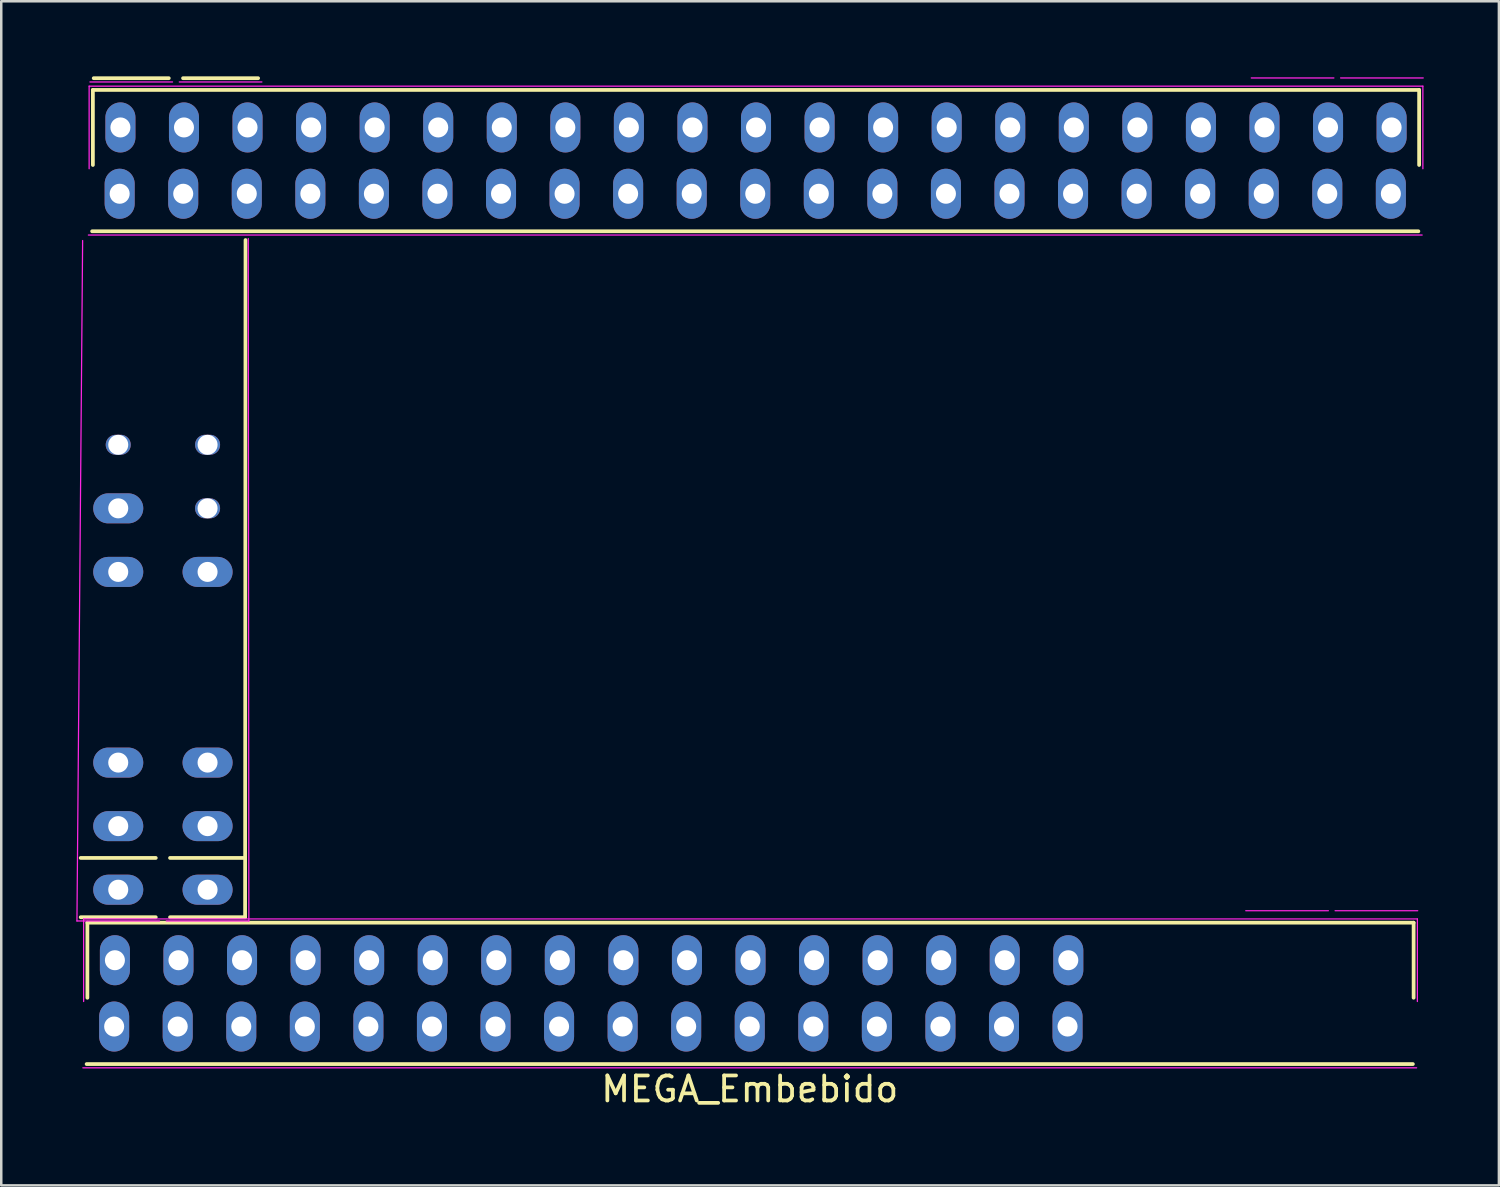
<source format=kicad_pcb>
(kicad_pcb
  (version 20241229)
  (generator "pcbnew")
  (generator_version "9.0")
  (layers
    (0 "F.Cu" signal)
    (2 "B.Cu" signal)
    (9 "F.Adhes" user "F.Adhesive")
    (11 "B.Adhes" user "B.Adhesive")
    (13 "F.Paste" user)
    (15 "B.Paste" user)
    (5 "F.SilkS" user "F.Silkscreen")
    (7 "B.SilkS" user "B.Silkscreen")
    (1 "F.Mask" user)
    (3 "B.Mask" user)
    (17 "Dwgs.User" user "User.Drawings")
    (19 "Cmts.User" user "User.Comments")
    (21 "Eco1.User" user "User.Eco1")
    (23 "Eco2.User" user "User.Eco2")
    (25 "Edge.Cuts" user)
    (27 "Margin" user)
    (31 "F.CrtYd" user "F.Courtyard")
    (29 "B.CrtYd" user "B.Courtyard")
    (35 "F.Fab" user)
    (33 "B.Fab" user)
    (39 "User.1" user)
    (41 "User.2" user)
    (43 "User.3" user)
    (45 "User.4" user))
  (footprint "MEGA_Embebido"
    (layer "F.Cu")
    (at 26.882 38.913)
    (property "Reference" "MEGA_Embebido" (at 0.03 1.56 0) (layer "F.SilkS") (effects (font (size 1 1) (thickness 0.15))))
    (attr through_hole)
    (fp_line (start -26.707 -7.678) (end -23.707 -7.678) (stroke (width 0.15) (type solid)) (layer "F.SilkS"))
    (fp_line (start -26.44 -5.09) (end 26.56 -5.09) (stroke (width 0.15) (type solid)) (layer "F.SilkS"))
    (fp_line (start -26.44 -2.09) (end -26.44 -5.09) (stroke (width 0.15) (type solid)) (layer "F.SilkS"))
    (fp_line (start -26.22 -38.37) (end 26.78 -38.37) (stroke (width 0.15) (type solid)) (layer "F.SilkS"))
    (fp_line (start -26.22 -35.37) (end -26.22 -38.37) (stroke (width 0.15) (type solid)) (layer "F.SilkS"))
    (fp_line (start -23.707 -5.308) (end -26.707 -5.308) (stroke (width 0.15) (type solid)) (layer "F.SilkS"))
    (fp_line (start -23.187 -38.838) (end -26.187 -38.838) (stroke (width 0.15) (type solid)) (layer "F.SilkS"))
    (fp_line (start -23.137 -7.678) (end -20.137 -7.678) (stroke (width 0.15) (type solid)) (layer "F.SilkS"))
    (fp_line (start -20.137 -5.308) (end -23.137 -5.308) (stroke (width 0.15) (type solid)) (layer "F.SilkS"))
    (fp_line (start -20.12 -32.37) (end -20.137 -5.308) (stroke (width 0.15) (type solid)) (layer "F.SilkS"))
    (fp_line (start -19.617 -38.838) (end -22.617 -38.838) (stroke (width 0.15) (type solid)) (layer "F.SilkS"))
    (fp_line (start 26.53 0.56) (end -26.47 0.56) (stroke (width 0.15) (type solid)) (layer "F.SilkS"))
    (fp_line (start 26.56 -5.09) (end 26.56 -2.09) (stroke (width 0.15) (type solid)) (layer "F.SilkS"))
    (fp_line (start 26.75 -32.72) (end -26.25 -32.72) (stroke (width 0.15) (type solid)) (layer "F.SilkS"))
    (fp_line (start 26.78 -38.37) (end 26.78 -35.37) (stroke (width 0.15) (type solid)) (layer "F.SilkS"))
    (fp_line (start -26.857 -5.158) (end -26.63 -32.35) (stroke (width 0.05) (type solid)) (layer "F.CrtYd"))
    (fp_line (start -26.59 -5.24) (end 26.71 -5.24) (stroke (width 0.05) (type solid)) (layer "F.CrtYd"))
    (fp_line (start -26.59 -1.94) (end -26.59 -5.24) (stroke (width 0.05) (type solid)) (layer "F.CrtYd"))
    (fp_line (start -26.37 -38.52) (end 26.93 -38.52) (stroke (width 0.05) (type solid)) (layer "F.CrtYd"))
    (fp_line (start -26.37 -35.22) (end -26.37 -38.52) (stroke (width 0.05) (type solid)) (layer "F.CrtYd"))
    (fp_line (start -23.557 -5.158) (end -26.857 -5.158) (stroke (width 0.05) (type solid)) (layer "F.CrtYd"))
    (fp_line (start -23.037 -38.688) (end -26.337 -38.688) (stroke (width 0.05) (type solid)) (layer "F.CrtYd"))
    (fp_line (start -20.01 -32.43) (end -19.987 -5.158) (stroke (width 0.05) (type solid)) (layer "F.CrtYd"))
    (fp_line (start -19.987 -5.158) (end -23.287 -5.158) (stroke (width 0.05) (type solid)) (layer "F.CrtYd"))
    (fp_line (start -19.467 -38.688) (end -22.767 -38.688) (stroke (width 0.05) (type solid)) (layer "F.CrtYd"))
    (fp_line (start 23.153 -5.568) (end 19.853 -5.568) (stroke (width 0.05) (type solid)) (layer "F.CrtYd"))
    (fp_line (start 23.373 -38.848) (end 20.073 -38.848) (stroke (width 0.05) (type solid)) (layer "F.CrtYd"))
    (fp_line (start 26.68 0.71) (end -26.62 0.71) (stroke (width 0.05) (type solid)) (layer "F.CrtYd"))
    (fp_line (start 26.71 -5.24) (end 26.71 -1.94) (stroke (width 0.05) (type solid)) (layer "F.CrtYd"))
    (fp_line (start 26.723 -5.568) (end 23.423 -5.568) (stroke (width 0.05) (type solid)) (layer "F.CrtYd"))
    (fp_line (start 26.9 -32.57) (end -26.4 -32.57) (stroke (width 0.05) (type solid)) (layer "F.CrtYd"))
    (fp_line (start 26.93 -38.52) (end 26.93 -35.22) (stroke (width 0.05) (type solid)) (layer "F.CrtYd"))
    (fp_line (start 26.943 -38.848) (end 23.643 -38.848) (stroke (width 0.05) (type solid)) (layer "F.CrtYd"))
    (pad "1" thru_hole oval (at 25.65 -34.22) (size 1.2 2) (drill 0.8) (layers "*.Cu" "*.Mask"))
    (pad "2" thru_hole oval (at 25.68 -36.87) (size 1.2 2) (drill 0.8) (layers "*.Cu" "*.Mask"))
    (pad "3" thru_hole oval (at 23.11 -34.22) (size 1.2 2) (drill 0.8) (layers "*.Cu" "*.Mask"))
    (pad "4" thru_hole oval (at 23.14 -36.87) (size 1.2 2) (drill 0.8) (layers "*.Cu" "*.Mask"))
    (pad "5" thru_hole oval (at 20.57 -34.22) (size 1.2 2) (drill 0.8) (layers "*.Cu" "*.Mask"))
    (pad "6" thru_hole oval (at 20.6 -36.87) (size 1.2 2) (drill 0.8) (layers "*.Cu" "*.Mask"))
    (pad "7" thru_hole oval (at 18.03 -34.22) (size 1.2 2) (drill 0.8) (layers "*.Cu" "*.Mask"))
    (pad "8" thru_hole oval (at 18.06 -36.87) (size 1.2 2) (drill 0.8) (layers "*.Cu" "*.Mask"))
    (pad "9" thru_hole oval (at 15.49 -34.22) (size 1.2 2) (drill 0.8) (layers "*.Cu" "*.Mask"))
    (pad "10" thru_hole oval (at 15.52 -36.87) (size 1.2 2) (drill 0.8) (layers "*.Cu" "*.Mask"))
    (pad "11" thru_hole oval (at 12.95 -34.22) (size 1.2 2) (drill 0.8) (layers "*.Cu" "*.Mask"))
    (pad "12" thru_hole oval (at 12.98 -36.87) (size 1.2 2) (drill 0.8) (layers "*.Cu" "*.Mask"))
    (pad "13" thru_hole oval (at 10.41 -34.22) (size 1.2 2) (drill 0.8) (layers "*.Cu" "*.Mask"))
    (pad "14" thru_hole oval (at 10.44 -36.87) (size 1.2 2) (drill 0.8) (layers "*.Cu" "*.Mask"))
    (pad "15" thru_hole oval (at 7.87 -34.22) (size 1.2 2) (drill 0.8) (layers "*.Cu" "*.Mask"))
    (pad "16" thru_hole oval (at 7.9 -36.87) (size 1.2 2) (drill 0.8) (layers "*.Cu" "*.Mask"))
    (pad "17" thru_hole oval (at 5.33 -34.22) (size 1.2 2) (drill 0.8) (layers "*.Cu" "*.Mask"))
    (pad "18" thru_hole oval (at 5.36 -36.87) (size 1.2 2) (drill 0.8) (layers "*.Cu" "*.Mask"))
    (pad "19" thru_hole oval (at 2.79 -34.22) (size 1.2 2) (drill 0.8) (layers "*.Cu" "*.Mask"))
    (pad "20" thru_hole oval (at 2.82 -36.87) (size 1.2 2) (drill 0.8) (layers "*.Cu" "*.Mask"))
    (pad "21" thru_hole oval (at 0.25 -34.22) (size 1.2 2) (drill 0.8) (layers "*.Cu" "*.Mask"))
    (pad "22" thru_hole oval (at 0.28 -36.87) (size 1.2 2) (drill 0.8) (layers "*.Cu" "*.Mask"))
    (pad "23" thru_hole oval (at -2.29 -34.22) (size 1.2 2) (drill 0.8) (layers "*.Cu" "*.Mask"))
    (pad "24" thru_hole oval (at -2.26 -36.87) (size 1.2 2) (drill 0.8) (layers "*.Cu" "*.Mask"))
    (pad "25" thru_hole oval (at -4.83 -34.22) (size 1.2 2) (drill 0.8) (layers "*.Cu" "*.Mask"))
    (pad "26" thru_hole oval (at -4.8 -36.87) (size 1.2 2) (drill 0.8) (layers "*.Cu" "*.Mask"))
    (pad "27" thru_hole oval (at -7.37 -34.22) (size 1.2 2) (drill 0.8) (layers "*.Cu" "*.Mask"))
    (pad "28" thru_hole oval (at -7.34 -36.87) (size 1.2 2) (drill 0.8) (layers "*.Cu" "*.Mask"))
    (pad "29" thru_hole oval (at -9.91 -34.22) (size 1.2 2) (drill 0.8) (layers "*.Cu" "*.Mask"))
    (pad "30" thru_hole oval (at -9.88 -36.87) (size 1.2 2) (drill 0.8) (layers "*.Cu" "*.Mask"))
    (pad "31" thru_hole oval (at -12.45 -34.22) (size 1.2 2) (drill 0.8) (layers "*.Cu" "*.Mask"))
    (pad "32" thru_hole oval (at -12.42 -36.87) (size 1.2 2) (drill 0.8) (layers "*.Cu" "*.Mask"))
    (pad "33" thru_hole oval (at -14.99 -34.22) (size 1.2 2) (drill 0.8) (layers "*.Cu" "*.Mask"))
    (pad "34" thru_hole oval (at -14.96 -36.87) (size 1.2 2) (drill 0.8) (layers "*.Cu" "*.Mask"))
    (pad "35" thru_hole oval (at -17.53 -34.22) (size 1.2 2) (drill 0.8) (layers "*.Cu" "*.Mask"))
    (pad "36" thru_hole oval (at -17.5 -36.87) (size 1.2 2) (drill 0.8) (layers "*.Cu" "*.Mask"))
    (pad "37" thru_hole oval (at -20.07 -34.22) (size 1.2 2) (drill 0.8) (layers "*.Cu" "*.Mask"))
    (pad "38" thru_hole oval (at -20.04 -36.87) (size 1.2 2) (drill 0.8) (layers "*.Cu" "*.Mask"))
    (pad "39" thru_hole oval (at -22.61 -34.22) (size 1.2 2) (drill 0.8) (layers "*.Cu" "*.Mask"))
    (pad "40" thru_hole oval (at -22.58 -36.87) (size 1.2 2) (drill 0.8) (layers "*.Cu" "*.Mask"))
    (pad "41" thru_hole oval (at -25.15 -34.22) (size 1.2 2) (drill 0.8) (layers "*.Cu" "*.Mask"))
    (pad "42" thru_hole oval (at -25.12 -36.87) (size 1.2 2) (drill 0.8) (layers "*.Cu" "*.Mask"))
    (pad "43" thru_hole oval (at -21.637 -24.188 90) (size 0.8 1) (drill 0.8) (layers "*.Cu" "*.Mask"))
    (pad "44" thru_hole oval (at -25.207 -24.188 90) (size 0.8 1) (drill 0.8) (layers "*.Cu" "*.Mask"))
    (pad "45" thru_hole oval (at -21.637 -21.648 90) (size 0.8 1) (drill 0.8) (layers "*.Cu" "*.Mask"))
    (pad "46" thru_hole oval (at -25.207 -21.648 90) (size 1.2 2) (drill 0.8) (layers "*.Cu" "*.Mask"))
    (pad "47" thru_hole oval (at -21.637 -19.108 90) (size 1.2 2) (drill 0.8) (layers "*.Cu" "*.Mask"))
    (pad "48" thru_hole oval (at -25.207 -19.108 90) (size 1.2 2) (drill 0.8) (layers "*.Cu" "*.Mask"))
    (pad "49" thru_hole oval (at -7.59 -0.94) (size 1.2 2) (drill 0.8) (layers "*.Cu" "*.Mask"))
    (pad "50" thru_hole oval (at -7.56 -3.59) (size 1.2 2) (drill 0.8) (layers "*.Cu" "*.Mask"))
    (pad "51" thru_hole oval (at -10.13 -0.94) (size 1.2 2) (drill 0.8) (layers "*.Cu" "*.Mask"))
    (pad "52" thru_hole oval (at -10.1 -3.59) (size 1.2 2) (drill 0.8) (layers "*.Cu" "*.Mask"))
    (pad "53" thru_hole oval (at -12.67 -0.94) (size 1.2 2) (drill 0.8) (layers "*.Cu" "*.Mask"))
    (pad "54" thru_hole oval (at -12.64 -3.59) (size 1.2 2) (drill 0.8) (layers "*.Cu" "*.Mask"))
    (pad "55" thru_hole oval (at -15.21 -0.94) (size 1.2 2) (drill 0.8) (layers "*.Cu" "*.Mask"))
    (pad "56" thru_hole oval (at -15.18 -3.59) (size 1.2 2) (drill 0.8) (layers "*.Cu" "*.Mask"))
    (pad "57" thru_hole oval (at -17.75 -0.94) (size 1.2 2) (drill 0.8) (layers "*.Cu" "*.Mask"))
    (pad "58" thru_hole oval (at -17.72 -3.59) (size 1.2 2) (drill 0.8) (layers "*.Cu" "*.Mask"))
    (pad "59" thru_hole oval (at -20.29 -0.94) (size 1.2 2) (drill 0.8) (layers "*.Cu" "*.Mask"))
    (pad "60" thru_hole oval (at -20.26 -3.59) (size 1.2 2) (drill 0.8) (layers "*.Cu" "*.Mask"))
    (pad "61" thru_hole oval (at -22.83 -0.94) (size 1.2 2) (drill 0.8) (layers "*.Cu" "*.Mask"))
    (pad "62" thru_hole oval (at -22.8 -3.59) (size 1.2 2) (drill 0.8) (layers "*.Cu" "*.Mask"))
    (pad "63" thru_hole oval (at -25.37 -0.94) (size 1.2 2) (drill 0.8) (layers "*.Cu" "*.Mask"))
    (pad "64" thru_hole oval (at -25.34 -3.59) (size 1.2 2) (drill 0.8) (layers "*.Cu" "*.Mask"))
    (pad "65" thru_hole oval (at -25.207 -6.408 90) (size 1.2 2) (drill 0.8) (layers "*.Cu" "*.Mask"))
    (pad "66" thru_hole oval (at -21.637 -6.408 90) (size 1.2 2) (drill 0.8) (layers "*.Cu" "*.Mask"))
    (pad "67" thru_hole oval (at -25.207 -8.948 90) (size 1.2 2) (drill 0.8) (layers "*.Cu" "*.Mask"))
    (pad "68" thru_hole oval (at -21.637 -8.948 90) (size 1.2 2) (drill 0.8) (layers "*.Cu" "*.Mask"))
    (pad "69" thru_hole oval (at -25.207 -11.488 90) (size 1.2 2) (drill 0.8) (layers "*.Cu" "*.Mask"))
    (pad "70" thru_hole oval (at -21.637 -11.488 90) (size 1.2 2) (drill 0.8) (layers "*.Cu" "*.Mask"))
    (pad "71" thru_hole oval (at 12.73 -0.94) (size 1.2 2) (drill 0.8) (layers "*.Cu" "*.Mask"))
    (pad "72" thru_hole oval (at 12.76 -3.59) (size 1.2 2) (drill 0.8) (layers "*.Cu" "*.Mask"))
    (pad "73" thru_hole oval (at 10.19 -0.94) (size 1.2 2) (drill 0.8) (layers "*.Cu" "*.Mask"))
    (pad "74" thru_hole oval (at 10.22 -3.59) (size 1.2 2) (drill 0.8) (layers "*.Cu" "*.Mask"))
    (pad "75" thru_hole oval (at 7.65 -0.94) (size 1.2 2) (drill 0.8) (layers "*.Cu" "*.Mask"))
    (pad "76" thru_hole oval (at 7.68 -3.59) (size 1.2 2) (drill 0.8) (layers "*.Cu" "*.Mask"))
    (pad "77" thru_hole oval (at 5.11 -0.94) (size 1.2 2) (drill 0.8) (layers "*.Cu" "*.Mask"))
    (pad "78" thru_hole oval (at 5.14 -3.59) (size 1.2 2) (drill 0.8) (layers "*.Cu" "*.Mask"))
    (pad "79" thru_hole oval (at 2.57 -0.94) (size 1.2 2) (drill 0.8) (layers "*.Cu" "*.Mask"))
    (pad "80" thru_hole oval (at 2.6 -3.59) (size 1.2 2) (drill 0.8) (layers "*.Cu" "*.Mask"))
    (pad "81" thru_hole oval (at 0.03 -0.94) (size 1.2 2) (drill 0.8) (layers "*.Cu" "*.Mask"))
    (pad "82" thru_hole oval (at 0.06 -3.59) (size 1.2 2) (drill 0.8) (layers "*.Cu" "*.Mask"))
    (pad "83" thru_hole oval (at -2.51 -0.94) (size 1.2 2) (drill 0.8) (layers "*.Cu" "*.Mask"))
    (pad "84" thru_hole oval (at -2.48 -3.59) (size 1.2 2) (drill 0.8) (layers "*.Cu" "*.Mask"))
    (pad "85" thru_hole oval (at -5.05 -0.94) (size 1.2 2) (drill 0.8) (layers "*.Cu" "*.Mask"))
    (pad "86" thru_hole oval (at -5.02 -3.59) (size 1.2 2) (drill 0.8) (layers "*.Cu" "*.Mask")))
  (gr_rect
    (start -3 -3)
    (end 56.85 44.321)
    (stroke (width 0.1) (type default))
    (fill no)
    (layer "Edge.Cuts")))
</source>
